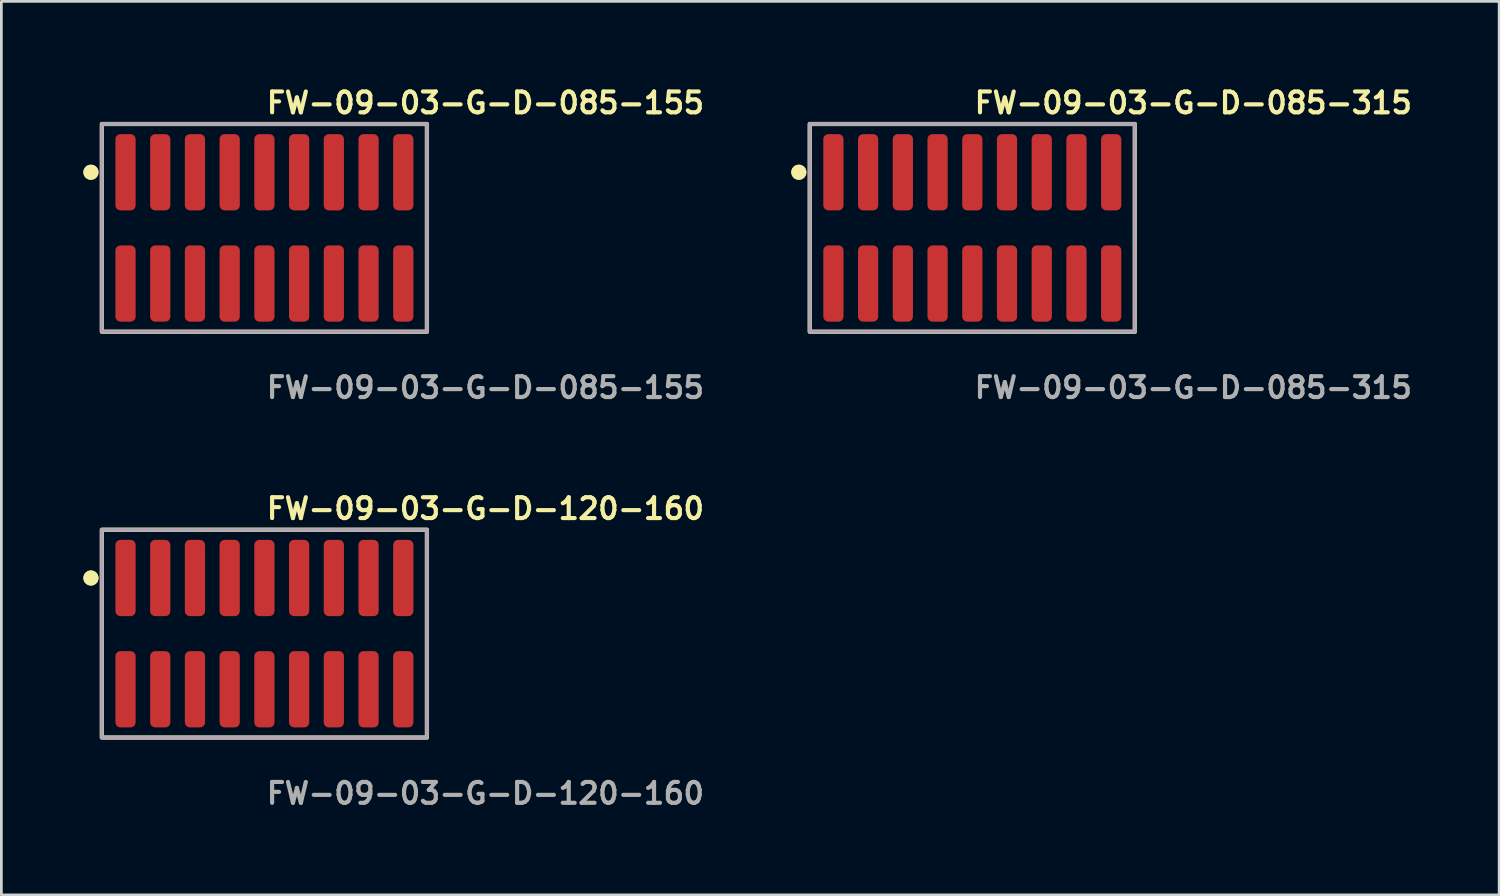
<source format=kicad_pcb>
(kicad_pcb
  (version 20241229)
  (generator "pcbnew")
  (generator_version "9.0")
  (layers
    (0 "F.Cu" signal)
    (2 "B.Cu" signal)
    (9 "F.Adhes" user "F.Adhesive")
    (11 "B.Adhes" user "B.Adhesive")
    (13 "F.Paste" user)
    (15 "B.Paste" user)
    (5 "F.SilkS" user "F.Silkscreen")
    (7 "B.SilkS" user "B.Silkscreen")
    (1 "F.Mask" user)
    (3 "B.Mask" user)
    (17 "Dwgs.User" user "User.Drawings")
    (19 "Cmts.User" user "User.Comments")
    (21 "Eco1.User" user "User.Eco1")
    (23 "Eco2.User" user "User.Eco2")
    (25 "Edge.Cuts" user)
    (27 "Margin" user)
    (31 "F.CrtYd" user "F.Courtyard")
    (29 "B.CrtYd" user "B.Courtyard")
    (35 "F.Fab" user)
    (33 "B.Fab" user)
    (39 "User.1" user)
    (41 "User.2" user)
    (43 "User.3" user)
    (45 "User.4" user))
  (footprint "FW-09-03-G-D-120-160"
    (layer "F.Cu")
    (at 6.621 20.126)
    (property "Reference" "FW-09-03-G-D-120-160" (at 0 -4.572 0) (unlocked yes) (layer "F.SilkS") (effects (font (size 0.762 0.762) (thickness 0.152)) (justify left)))
    (fp_rect (start -5.945 3.8) (end 5.945 -3.8) (stroke (width 0.152) (type solid)) (fill no) (layer "F.SilkS"))
    (fp_circle (center -6.345 -2.035) (end -6.545 -2.035) (stroke (width 0.152) (type solid)) (fill yes) (layer "F.SilkS"))
    (fp_circle (center -6.345 -2.035) (end -6.545 -2.035) (stroke (width 0.152) (type solid)) (fill yes) (layer "F.SilkS"))
    (fp_rect (start -5.945 3.8) (end 5.945 -3.8) (stroke (width 0.006) (type solid)) (fill no) (layer "F.CrtYd"))
    (fp_rect (start -5.945 3.8) (end 5.945 -3.8) (stroke (width 0.152) (type solid)) (fill no) (layer "F.Fab"))
    (fp_text user "${REFERENCE}" (at 0 5.842 0) (unlocked yes) (layer "F.Fab") (effects (font (size 0.762 0.762) (thickness 0.152)) (justify left)))
    (pad "1" smd roundrect (at -5.08 -2.035) (size 0.74 2.79) (layers "F.Cu" "F.Paste") (roundrect_rratio 0.25))
    (pad "2" smd roundrect (at -5.08 2.035) (size 0.74 2.79) (layers "F.Cu" "F.Paste") (roundrect_rratio 0.25))
    (pad "3" smd roundrect (at -3.81 -2.035) (size 0.74 2.79) (layers "F.Cu" "F.Paste") (roundrect_rratio 0.25))
    (pad "4" smd roundrect (at -3.81 2.035) (size 0.74 2.79) (layers "F.Cu" "F.Paste") (roundrect_rratio 0.25))
    (pad "5" smd roundrect (at -2.54 -2.035) (size 0.74 2.79) (layers "F.Cu" "F.Paste") (roundrect_rratio 0.25))
    (pad "6" smd roundrect (at -2.54 2.035) (size 0.74 2.79) (layers "F.Cu" "F.Paste") (roundrect_rratio 0.25))
    (pad "7" smd roundrect (at -1.27 -2.035) (size 0.74 2.79) (layers "F.Cu" "F.Paste") (roundrect_rratio 0.25))
    (pad "8" smd roundrect (at -1.27 2.035) (size 0.74 2.79) (layers "F.Cu" "F.Paste") (roundrect_rratio 0.25))
    (pad "9" smd roundrect (at 0 -2.035) (size 0.74 2.79) (layers "F.Cu" "F.Paste") (roundrect_rratio 0.25))
    (pad "10" smd roundrect (at 0 2.035) (size 0.74 2.79) (layers "F.Cu" "F.Paste") (roundrect_rratio 0.25))
    (pad "11" smd roundrect (at 1.27 -2.035) (size 0.74 2.79) (layers "F.Cu" "F.Paste") (roundrect_rratio 0.25))
    (pad "12" smd roundrect (at 1.27 2.035) (size 0.74 2.79) (layers "F.Cu" "F.Paste") (roundrect_rratio 0.25))
    (pad "13" smd roundrect (at 2.54 -2.035) (size 0.74 2.79) (layers "F.Cu" "F.Paste") (roundrect_rratio 0.25))
    (pad "14" smd roundrect (at 2.54 2.035) (size 0.74 2.79) (layers "F.Cu" "F.Paste") (roundrect_rratio 0.25))
    (pad "15" smd roundrect (at 3.81 -2.035) (size 0.74 2.79) (layers "F.Cu" "F.Paste") (roundrect_rratio 0.25))
    (pad "16" smd roundrect (at 3.81 2.035) (size 0.74 2.79) (layers "F.Cu" "F.Paste") (roundrect_rratio 0.25))
    (pad "17" smd roundrect (at 5.08 -2.035) (size 0.74 2.79) (layers "F.Cu" "F.Paste") (roundrect_rratio 0.25))
    (pad "18" smd roundrect (at 5.08 2.035) (size 0.74 2.79) (layers "F.Cu" "F.Paste") (roundrect_rratio 0.25)))
  (footprint "FW-09-03-G-D-085-315"
    (layer "F.Cu")
    (at 32.513 5.285)
    (property "Reference" "FW-09-03-G-D-085-315" (at 0 -4.572 0) (unlocked yes) (layer "F.SilkS") (effects (font (size 0.762 0.762) (thickness 0.152)) (justify left)))
    (fp_rect (start -5.945 3.8) (end 5.945 -3.8) (stroke (width 0.152) (type solid)) (fill no) (layer "F.SilkS"))
    (fp_circle (center -6.345 -2.035) (end -6.545 -2.035) (stroke (width 0.152) (type solid)) (fill yes) (layer "F.SilkS"))
    (fp_circle (center -6.345 -2.035) (end -6.545 -2.035) (stroke (width 0.152) (type solid)) (fill yes) (layer "F.SilkS"))
    (fp_rect (start -5.945 3.8) (end 5.945 -3.8) (stroke (width 0.006) (type solid)) (fill no) (layer "F.CrtYd"))
    (fp_rect (start -5.945 3.8) (end 5.945 -3.8) (stroke (width 0.152) (type solid)) (fill no) (layer "F.Fab"))
    (fp_text user "${REFERENCE}" (at 0 5.842 0) (unlocked yes) (layer "F.Fab") (effects (font (size 0.762 0.762) (thickness 0.152)) (justify left)))
    (pad "1" smd roundrect (at -5.08 -2.035) (size 0.74 2.79) (layers "F.Cu" "F.Paste") (roundrect_rratio 0.25))
    (pad "2" smd roundrect (at -5.08 2.035) (size 0.74 2.79) (layers "F.Cu" "F.Paste") (roundrect_rratio 0.25))
    (pad "3" smd roundrect (at -3.81 -2.035) (size 0.74 2.79) (layers "F.Cu" "F.Paste") (roundrect_rratio 0.25))
    (pad "4" smd roundrect (at -3.81 2.035) (size 0.74 2.79) (layers "F.Cu" "F.Paste") (roundrect_rratio 0.25))
    (pad "5" smd roundrect (at -2.54 -2.035) (size 0.74 2.79) (layers "F.Cu" "F.Paste") (roundrect_rratio 0.25))
    (pad "6" smd roundrect (at -2.54 2.035) (size 0.74 2.79) (layers "F.Cu" "F.Paste") (roundrect_rratio 0.25))
    (pad "7" smd roundrect (at -1.27 -2.035) (size 0.74 2.79) (layers "F.Cu" "F.Paste") (roundrect_rratio 0.25))
    (pad "8" smd roundrect (at -1.27 2.035) (size 0.74 2.79) (layers "F.Cu" "F.Paste") (roundrect_rratio 0.25))
    (pad "9" smd roundrect (at 0 -2.035) (size 0.74 2.79) (layers "F.Cu" "F.Paste") (roundrect_rratio 0.25))
    (pad "10" smd roundrect (at 0 2.035) (size 0.74 2.79) (layers "F.Cu" "F.Paste") (roundrect_rratio 0.25))
    (pad "11" smd roundrect (at 1.27 -2.035) (size 0.74 2.79) (layers "F.Cu" "F.Paste") (roundrect_rratio 0.25))
    (pad "12" smd roundrect (at 1.27 2.035) (size 0.74 2.79) (layers "F.Cu" "F.Paste") (roundrect_rratio 0.25))
    (pad "13" smd roundrect (at 2.54 -2.035) (size 0.74 2.79) (layers "F.Cu" "F.Paste") (roundrect_rratio 0.25))
    (pad "14" smd roundrect (at 2.54 2.035) (size 0.74 2.79) (layers "F.Cu" "F.Paste") (roundrect_rratio 0.25))
    (pad "15" smd roundrect (at 3.81 -2.035) (size 0.74 2.79) (layers "F.Cu" "F.Paste") (roundrect_rratio 0.25))
    (pad "16" smd roundrect (at 3.81 2.035) (size 0.74 2.79) (layers "F.Cu" "F.Paste") (roundrect_rratio 0.25))
    (pad "17" smd roundrect (at 5.08 -2.035) (size 0.74 2.79) (layers "F.Cu" "F.Paste") (roundrect_rratio 0.25))
    (pad "18" smd roundrect (at 5.08 2.035) (size 0.74 2.79) (layers "F.Cu" "F.Paste") (roundrect_rratio 0.25)))
  (footprint "FW-09-03-G-D-085-155"
    (layer "F.Cu")
    (at 6.621 5.285)
    (property "Reference" "FW-09-03-G-D-085-155" (at 0 -4.572 0) (unlocked yes) (layer "F.SilkS") (effects (font (size 0.762 0.762) (thickness 0.152)) (justify left)))
    (fp_rect (start -5.945 3.8) (end 5.945 -3.8) (stroke (width 0.152) (type solid)) (fill no) (layer "F.SilkS"))
    (fp_circle (center -6.345 -2.035) (end -6.545 -2.035) (stroke (width 0.152) (type solid)) (fill yes) (layer "F.SilkS"))
    (fp_circle (center -6.345 -2.035) (end -6.545 -2.035) (stroke (width 0.152) (type solid)) (fill yes) (layer "F.SilkS"))
    (fp_rect (start -5.945 3.8) (end 5.945 -3.8) (stroke (width 0.006) (type solid)) (fill no) (layer "F.CrtYd"))
    (fp_rect (start -5.945 3.8) (end 5.945 -3.8) (stroke (width 0.152) (type solid)) (fill no) (layer "F.Fab"))
    (fp_text user "${REFERENCE}" (at 0 5.842 0) (unlocked yes) (layer "F.Fab") (effects (font (size 0.762 0.762) (thickness 0.152)) (justify left)))
    (pad "1" smd roundrect (at -5.08 -2.035) (size 0.74 2.79) (layers "F.Cu" "F.Paste") (roundrect_rratio 0.25))
    (pad "2" smd roundrect (at -5.08 2.035) (size 0.74 2.79) (layers "F.Cu" "F.Paste") (roundrect_rratio 0.25))
    (pad "3" smd roundrect (at -3.81 -2.035) (size 0.74 2.79) (layers "F.Cu" "F.Paste") (roundrect_rratio 0.25))
    (pad "4" smd roundrect (at -3.81 2.035) (size 0.74 2.79) (layers "F.Cu" "F.Paste") (roundrect_rratio 0.25))
    (pad "5" smd roundrect (at -2.54 -2.035) (size 0.74 2.79) (layers "F.Cu" "F.Paste") (roundrect_rratio 0.25))
    (pad "6" smd roundrect (at -2.54 2.035) (size 0.74 2.79) (layers "F.Cu" "F.Paste") (roundrect_rratio 0.25))
    (pad "7" smd roundrect (at -1.27 -2.035) (size 0.74 2.79) (layers "F.Cu" "F.Paste") (roundrect_rratio 0.25))
    (pad "8" smd roundrect (at -1.27 2.035) (size 0.74 2.79) (layers "F.Cu" "F.Paste") (roundrect_rratio 0.25))
    (pad "9" smd roundrect (at 0 -2.035) (size 0.74 2.79) (layers "F.Cu" "F.Paste") (roundrect_rratio 0.25))
    (pad "10" smd roundrect (at 0 2.035) (size 0.74 2.79) (layers "F.Cu" "F.Paste") (roundrect_rratio 0.25))
    (pad "11" smd roundrect (at 1.27 -2.035) (size 0.74 2.79) (layers "F.Cu" "F.Paste") (roundrect_rratio 0.25))
    (pad "12" smd roundrect (at 1.27 2.035) (size 0.74 2.79) (layers "F.Cu" "F.Paste") (roundrect_rratio 0.25))
    (pad "13" smd roundrect (at 2.54 -2.035) (size 0.74 2.79) (layers "F.Cu" "F.Paste") (roundrect_rratio 0.25))
    (pad "14" smd roundrect (at 2.54 2.035) (size 0.74 2.79) (layers "F.Cu" "F.Paste") (roundrect_rratio 0.25))
    (pad "15" smd roundrect (at 3.81 -2.035) (size 0.74 2.79) (layers "F.Cu" "F.Paste") (roundrect_rratio 0.25))
    (pad "16" smd roundrect (at 3.81 2.035) (size 0.74 2.79) (layers "F.Cu" "F.Paste") (roundrect_rratio 0.25))
    (pad "17" smd roundrect (at 5.08 -2.035) (size 0.74 2.79) (layers "F.Cu" "F.Paste") (roundrect_rratio 0.25))
    (pad "18" smd roundrect (at 5.08 2.035) (size 0.74 2.79) (layers "F.Cu" "F.Paste") (roundrect_rratio 0.25)))
  (gr_rect
    (start -3 -3)
    (end 51.783 29.681)
    (stroke (width 0.1) (type default))
    (fill no)
    (layer "Edge.Cuts")))
</source>
